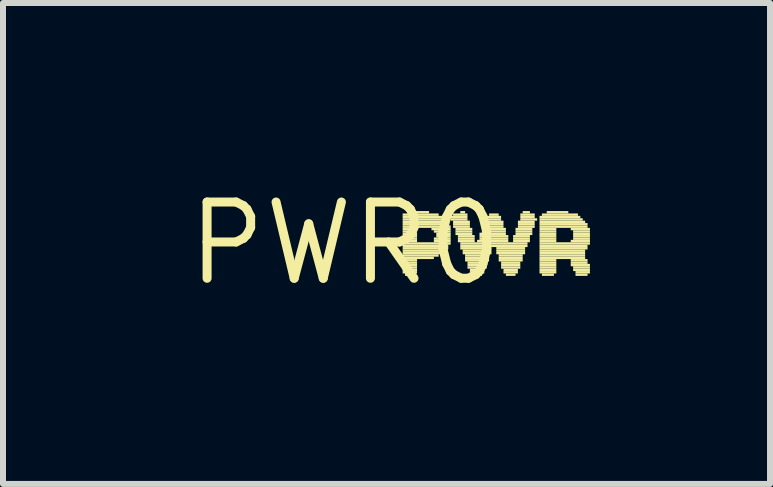
<source format=kicad_pcb>
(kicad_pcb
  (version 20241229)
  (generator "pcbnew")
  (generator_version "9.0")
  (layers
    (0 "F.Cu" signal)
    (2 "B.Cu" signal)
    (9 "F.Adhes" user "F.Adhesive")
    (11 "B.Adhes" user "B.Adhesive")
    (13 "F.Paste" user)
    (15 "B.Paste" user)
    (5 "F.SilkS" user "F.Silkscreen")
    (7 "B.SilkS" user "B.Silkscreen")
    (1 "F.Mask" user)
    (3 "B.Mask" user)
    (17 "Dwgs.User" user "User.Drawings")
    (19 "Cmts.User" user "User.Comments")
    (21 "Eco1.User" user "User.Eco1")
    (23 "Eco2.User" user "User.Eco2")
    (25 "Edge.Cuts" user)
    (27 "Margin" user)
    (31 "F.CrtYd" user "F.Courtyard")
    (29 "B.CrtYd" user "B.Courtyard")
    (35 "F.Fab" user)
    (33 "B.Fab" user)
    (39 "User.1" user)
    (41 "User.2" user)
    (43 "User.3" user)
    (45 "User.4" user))
  (footprint "PWR0"
    (layer "F.Cu")
    (at 2.698 1.006)
    (property "Reference" "PWR0" (at 0 0 0) (layer "F.SilkS") (effects (font (size 1.27 1.27) (thickness 0.15))))
    (attr through_hole)
    (fp_poly (pts (xy 0.96 -0.46) (xy 1.56 -0.46) (xy 1.56 -0.5) (xy 0.96 -0.5)) (stroke (width 0) (type solid)) (fill yes) (layer "F.SilkS"))
    (fp_poly (pts (xy 0.96 -0.42) (xy 1.64 -0.42) (xy 1.64 -0.46) (xy 0.96 -0.46)) (stroke (width 0) (type solid)) (fill yes) (layer "F.SilkS"))
    (fp_poly (pts (xy 0.96 -0.38) (xy 1.68 -0.38) (xy 1.68 -0.42) (xy 0.96 -0.42)) (stroke (width 0) (type solid)) (fill yes) (layer "F.SilkS"))
    (fp_poly (pts (xy 0.96 -0.34) (xy 1.72 -0.34) (xy 1.72 -0.38) (xy 0.96 -0.38)) (stroke (width 0) (type solid)) (fill yes) (layer "F.SilkS"))
    (fp_poly (pts (xy 0.96 -0.3) (xy 1.72 -0.3) (xy 1.72 -0.34) (xy 0.96 -0.34)) (stroke (width 0) (type solid)) (fill yes) (layer "F.SilkS"))
    (fp_poly (pts (xy 0.96 -0.26) (xy 1.76 -0.26) (xy 1.76 -0.3) (xy 0.96 -0.3)) (stroke (width 0) (type solid)) (fill yes) (layer "F.SilkS"))
    (fp_poly (pts (xy 0.96 -0.22) (xy 1.2 -0.22) (xy 1.2 -0.26) (xy 0.96 -0.26)) (stroke (width 0) (type solid)) (fill yes) (layer "F.SilkS"))
    (fp_poly (pts (xy 0.96 -0.18) (xy 1.2 -0.18) (xy 1.2 -0.22) (xy 0.96 -0.22)) (stroke (width 0) (type solid)) (fill yes) (layer "F.SilkS"))
    (fp_poly (pts (xy 0.96 -0.14) (xy 1.2 -0.14) (xy 1.2 -0.18) (xy 0.96 -0.18)) (stroke (width 0) (type solid)) (fill yes) (layer "F.SilkS"))
    (fp_poly (pts (xy 0.96 -0.1) (xy 1.2 -0.1) (xy 1.2 -0.14) (xy 0.96 -0.14)) (stroke (width 0) (type solid)) (fill yes) (layer "F.SilkS"))
    (fp_poly (pts (xy 0.96 -0.06) (xy 1.2 -0.06) (xy 1.2 -0.1) (xy 0.96 -0.1)) (stroke (width 0) (type solid)) (fill yes) (layer "F.SilkS"))
    (fp_poly (pts (xy 0.96 -0.02) (xy 1.2 -0.02) (xy 1.2 -0.06) (xy 0.96 -0.06)) (stroke (width 0) (type solid)) (fill yes) (layer "F.SilkS"))
    (fp_poly (pts (xy 0.96 0.02) (xy 1.76 0.02) (xy 1.76 -0.02) (xy 0.96 -0.02)) (stroke (width 0) (type solid)) (fill yes) (layer "F.SilkS"))
    (fp_poly (pts (xy 0.96 0.06) (xy 1.72 0.06) (xy 1.72 0.02) (xy 0.96 0.02)) (stroke (width 0) (type solid)) (fill yes) (layer "F.SilkS"))
    (fp_poly (pts (xy 0.96 0.1) (xy 1.72 0.1) (xy 1.72 0.06) (xy 0.96 0.06)) (stroke (width 0) (type solid)) (fill yes) (layer "F.SilkS"))
    (fp_poly (pts (xy 0.96 0.14) (xy 1.68 0.14) (xy 1.68 0.1) (xy 0.96 0.1)) (stroke (width 0) (type solid)) (fill yes) (layer "F.SilkS"))
    (fp_poly (pts (xy 0.96 0.18) (xy 1.64 0.18) (xy 1.64 0.14) (xy 0.96 0.14)) (stroke (width 0) (type solid)) (fill yes) (layer "F.SilkS"))
    (fp_poly (pts (xy 0.96 0.22) (xy 1.56 0.22) (xy 1.56 0.18) (xy 0.96 0.18)) (stroke (width 0) (type solid)) (fill yes) (layer "F.SilkS"))
    (fp_poly (pts (xy 0.96 0.26) (xy 1.48 0.26) (xy 1.48 0.22) (xy 0.96 0.22)) (stroke (width 0) (type solid)) (fill yes) (layer "F.SilkS"))
    (fp_poly (pts (xy 0.96 0.3) (xy 1.2 0.3) (xy 1.2 0.26) (xy 0.96 0.26)) (stroke (width 0) (type solid)) (fill yes) (layer "F.SilkS"))
    (fp_poly (pts (xy 0.96 0.34) (xy 1.2 0.34) (xy 1.2 0.3) (xy 0.96 0.3)) (stroke (width 0) (type solid)) (fill yes) (layer "F.SilkS"))
    (fp_poly (pts (xy 0.96 0.38) (xy 1.2 0.38) (xy 1.2 0.34) (xy 0.96 0.34)) (stroke (width 0) (type solid)) (fill yes) (layer "F.SilkS"))
    (fp_poly (pts (xy 0.96 0.42) (xy 1.2 0.42) (xy 1.2 0.38) (xy 0.96 0.38)) (stroke (width 0) (type solid)) (fill yes) (layer "F.SilkS"))
    (fp_poly (pts (xy 0.96 0.46) (xy 1.2 0.46) (xy 1.2 0.42) (xy 0.96 0.42)) (stroke (width 0) (type solid)) (fill yes) (layer "F.SilkS"))
    (fp_poly (pts (xy 0.96 0.5) (xy 1.2 0.5) (xy 1.2 0.46) (xy 0.96 0.46)) (stroke (width 0) (type solid)) (fill yes) (layer "F.SilkS"))
    (fp_poly (pts (xy 1 0.54) (xy 1.16 0.54) (xy 1.16 0.5) (xy 1 0.5)) (stroke (width 0) (type solid)) (fill yes) (layer "F.SilkS"))
    (fp_poly (pts (xy 1.04 -0.5) (xy 1.4 -0.5) (xy 1.4 -0.54) (xy 1.04 -0.54)) (stroke (width 0) (type solid)) (fill yes) (layer "F.SilkS"))
    (fp_poly (pts (xy 1.44 -0.22) (xy 1.76 -0.22) (xy 1.76 -0.26) (xy 1.44 -0.26)) (stroke (width 0) (type solid)) (fill yes) (layer "F.SilkS"))
    (fp_poly (pts (xy 1.48 -0.18) (xy 1.76 -0.18) (xy 1.76 -0.22) (xy 1.48 -0.22)) (stroke (width 0) (type solid)) (fill yes) (layer "F.SilkS"))
    (fp_poly (pts (xy 1.48 -0.06) (xy 1.76 -0.06) (xy 1.76 -0.1) (xy 1.48 -0.1)) (stroke (width 0) (type solid)) (fill yes) (layer "F.SilkS"))
    (fp_poly (pts (xy 1.48 -0.02) (xy 1.76 -0.02) (xy 1.76 -0.06) (xy 1.48 -0.06)) (stroke (width 0) (type solid)) (fill yes) (layer "F.SilkS"))
    (fp_poly (pts (xy 1.52 -0.14) (xy 1.76 -0.14) (xy 1.76 -0.18) (xy 1.52 -0.18)) (stroke (width 0) (type solid)) (fill yes) (layer "F.SilkS"))
    (fp_poly (pts (xy 1.52 -0.1) (xy 1.76 -0.1) (xy 1.76 -0.14) (xy 1.52 -0.14)) (stroke (width 0) (type solid)) (fill yes) (layer "F.SilkS"))
    (fp_poly (pts (xy 1.76 -0.42) (xy 2.04 -0.42) (xy 2.04 -0.46) (xy 1.76 -0.46)) (stroke (width 0) (type solid)) (fill yes) (layer "F.SilkS"))
    (fp_poly (pts (xy 1.76 -0.38) (xy 2.04 -0.38) (xy 2.04 -0.42) (xy 1.76 -0.42)) (stroke (width 0) (type solid)) (fill yes) (layer "F.SilkS"))
    (fp_poly (pts (xy 1.8 -0.46) (xy 2.04 -0.46) (xy 2.04 -0.5) (xy 1.8 -0.5)) (stroke (width 0) (type solid)) (fill yes) (layer "F.SilkS"))
    (fp_poly (pts (xy 1.8 -0.34) (xy 2.08 -0.34) (xy 2.08 -0.38) (xy 1.8 -0.38)) (stroke (width 0) (type solid)) (fill yes) (layer "F.SilkS"))
    (fp_poly (pts (xy 1.8 -0.3) (xy 2.08 -0.3) (xy 2.08 -0.34) (xy 1.8 -0.34)) (stroke (width 0) (type solid)) (fill yes) (layer "F.SilkS"))
    (fp_poly (pts (xy 1.8 -0.26) (xy 2.08 -0.26) (xy 2.08 -0.3) (xy 1.8 -0.3)) (stroke (width 0) (type solid)) (fill yes) (layer "F.SilkS"))
    (fp_poly (pts (xy 1.84 -0.22) (xy 2.12 -0.22) (xy 2.12 -0.26) (xy 1.84 -0.26)) (stroke (width 0) (type solid)) (fill yes) (layer "F.SilkS"))
    (fp_poly (pts (xy 1.84 -0.18) (xy 2.12 -0.18) (xy 2.12 -0.22) (xy 1.84 -0.22)) (stroke (width 0) (type solid)) (fill yes) (layer "F.SilkS"))
    (fp_poly (pts (xy 1.84 -0.14) (xy 2.12 -0.14) (xy 2.12 -0.18) (xy 1.84 -0.18)) (stroke (width 0) (type solid)) (fill yes) (layer "F.SilkS"))
    (fp_poly (pts (xy 1.88 -0.1) (xy 2.16 -0.1) (xy 2.16 -0.14) (xy 1.88 -0.14)) (stroke (width 0) (type solid)) (fill yes) (layer "F.SilkS"))
    (fp_poly (pts (xy 1.88 -0.06) (xy 2.16 -0.06) (xy 2.16 -0.1) (xy 1.88 -0.1)) (stroke (width 0) (type solid)) (fill yes) (layer "F.SilkS"))
    (fp_poly (pts (xy 1.88 -0.02) (xy 2.16 -0.02) (xy 2.16 -0.06) (xy 1.88 -0.06)) (stroke (width 0) (type solid)) (fill yes) (layer "F.SilkS"))
    (fp_poly (pts (xy 1.92 -0.5) (xy 2 -0.5) (xy 2 -0.54) (xy 1.92 -0.54)) (stroke (width 0) (type solid)) (fill yes) (layer "F.SilkS"))
    (fp_poly (pts (xy 1.92 0.02) (xy 3.04 0.02) (xy 3.04 -0.02) (xy 1.92 -0.02)) (stroke (width 0) (type solid)) (fill yes) (layer "F.SilkS"))
    (fp_poly (pts (xy 1.92 0.06) (xy 3.04 0.06) (xy 3.04 0.02) (xy 1.92 0.02)) (stroke (width 0) (type solid)) (fill yes) (layer "F.SilkS"))
    (fp_poly (pts (xy 1.92 0.1) (xy 2.44 0.1) (xy 2.44 0.06) (xy 1.92 0.06)) (stroke (width 0) (type solid)) (fill yes) (layer "F.SilkS"))
    (fp_poly (pts (xy 1.96 0.14) (xy 2.44 0.14) (xy 2.44 0.1) (xy 1.96 0.1)) (stroke (width 0) (type solid)) (fill yes) (layer "F.SilkS"))
    (fp_poly (pts (xy 1.96 0.18) (xy 2.44 0.18) (xy 2.44 0.14) (xy 1.96 0.14)) (stroke (width 0) (type solid)) (fill yes) (layer "F.SilkS"))
    (fp_poly (pts (xy 2 0.22) (xy 2.4 0.22) (xy 2.4 0.18) (xy 2 0.18)) (stroke (width 0) (type solid)) (fill yes) (layer "F.SilkS"))
    (fp_poly (pts (xy 2 0.26) (xy 2.4 0.26) (xy 2.4 0.22) (xy 2 0.22)) (stroke (width 0) (type solid)) (fill yes) (layer "F.SilkS"))
    (fp_poly (pts (xy 2 0.3) (xy 2.4 0.3) (xy 2.4 0.26) (xy 2 0.26)) (stroke (width 0) (type solid)) (fill yes) (layer "F.SilkS"))
    (fp_poly (pts (xy 2.04 0.34) (xy 2.36 0.34) (xy 2.36 0.3) (xy 2.04 0.3)) (stroke (width 0) (type solid)) (fill yes) (layer "F.SilkS"))
    (fp_poly (pts (xy 2.04 0.38) (xy 2.36 0.38) (xy 2.36 0.34) (xy 2.04 0.34)) (stroke (width 0) (type solid)) (fill yes) (layer "F.SilkS"))
    (fp_poly (pts (xy 2.04 0.42) (xy 2.36 0.42) (xy 2.36 0.38) (xy 2.04 0.38)) (stroke (width 0) (type solid)) (fill yes) (layer "F.SilkS"))
    (fp_poly (pts (xy 2.08 0.46) (xy 2.32 0.46) (xy 2.32 0.42) (xy 2.08 0.42)) (stroke (width 0) (type solid)) (fill yes) (layer "F.SilkS"))
    (fp_poly (pts (xy 2.08 0.5) (xy 2.32 0.5) (xy 2.32 0.46) (xy 2.08 0.46)) (stroke (width 0) (type solid)) (fill yes) (layer "F.SilkS"))
    (fp_poly (pts (xy 2.12 0.54) (xy 2.28 0.54) (xy 2.28 0.5) (xy 2.12 0.5)) (stroke (width 0) (type solid)) (fill yes) (layer "F.SilkS"))
    (fp_poly (pts (xy 2.2 -0.02) (xy 2.72 -0.02) (xy 2.72 -0.06) (xy 2.2 -0.06)) (stroke (width 0) (type solid)) (fill yes) (layer "F.SilkS"))
    (fp_poly (pts (xy 2.24 -0.14) (xy 2.68 -0.14) (xy 2.68 -0.18) (xy 2.24 -0.18)) (stroke (width 0) (type solid)) (fill yes) (layer "F.SilkS"))
    (fp_poly (pts (xy 2.24 -0.1) (xy 2.72 -0.1) (xy 2.72 -0.14) (xy 2.24 -0.14)) (stroke (width 0) (type solid)) (fill yes) (layer "F.SilkS"))
    (fp_poly (pts (xy 2.24 -0.06) (xy 2.72 -0.06) (xy 2.72 -0.1) (xy 2.24 -0.1)) (stroke (width 0) (type solid)) (fill yes) (layer "F.SilkS"))
    (fp_poly (pts (xy 2.28 -0.26) (xy 2.64 -0.26) (xy 2.64 -0.3) (xy 2.28 -0.3)) (stroke (width 0) (type solid)) (fill yes) (layer "F.SilkS"))
    (fp_poly (pts (xy 2.28 -0.22) (xy 2.68 -0.22) (xy 2.68 -0.26) (xy 2.28 -0.26)) (stroke (width 0) (type solid)) (fill yes) (layer "F.SilkS"))
    (fp_poly (pts (xy 2.28 -0.18) (xy 2.68 -0.18) (xy 2.68 -0.22) (xy 2.28 -0.22)) (stroke (width 0) (type solid)) (fill yes) (layer "F.SilkS"))
    (fp_poly (pts (xy 2.32 -0.38) (xy 2.6 -0.38) (xy 2.6 -0.42) (xy 2.32 -0.42)) (stroke (width 0) (type solid)) (fill yes) (layer "F.SilkS"))
    (fp_poly (pts (xy 2.32 -0.34) (xy 2.64 -0.34) (xy 2.64 -0.38) (xy 2.32 -0.38)) (stroke (width 0) (type solid)) (fill yes) (layer "F.SilkS"))
    (fp_poly (pts (xy 2.32 -0.3) (xy 2.64 -0.3) (xy 2.64 -0.34) (xy 2.32 -0.34)) (stroke (width 0) (type solid)) (fill yes) (layer "F.SilkS"))
    (fp_poly (pts (xy 2.36 -0.42) (xy 2.6 -0.42) (xy 2.6 -0.46) (xy 2.36 -0.46)) (stroke (width 0) (type solid)) (fill yes) (layer "F.SilkS"))
    (fp_poly (pts (xy 2.4 -0.46) (xy 2.56 -0.46) (xy 2.56 -0.5) (xy 2.4 -0.5)) (stroke (width 0) (type solid)) (fill yes) (layer "F.SilkS"))
    (fp_poly (pts (xy 2.52 0.1) (xy 3 0.1) (xy 3 0.06) (xy 2.52 0.06)) (stroke (width 0) (type solid)) (fill yes) (layer "F.SilkS"))
    (fp_poly (pts (xy 2.52 0.14) (xy 3 0.14) (xy 3 0.1) (xy 2.52 0.1)) (stroke (width 0) (type solid)) (fill yes) (layer "F.SilkS"))
    (fp_poly (pts (xy 2.52 0.18) (xy 3 0.18) (xy 3 0.14) (xy 2.52 0.14)) (stroke (width 0) (type solid)) (fill yes) (layer "F.SilkS"))
    (fp_poly (pts (xy 2.56 0.22) (xy 2.96 0.22) (xy 2.96 0.18) (xy 2.56 0.18)) (stroke (width 0) (type solid)) (fill yes) (layer "F.SilkS"))
    (fp_poly (pts (xy 2.56 0.26) (xy 2.96 0.26) (xy 2.96 0.22) (xy 2.56 0.22)) (stroke (width 0) (type solid)) (fill yes) (layer "F.SilkS"))
    (fp_poly (pts (xy 2.56 0.3) (xy 2.96 0.3) (xy 2.96 0.26) (xy 2.56 0.26)) (stroke (width 0) (type solid)) (fill yes) (layer "F.SilkS"))
    (fp_poly (pts (xy 2.6 0.34) (xy 2.92 0.34) (xy 2.92 0.3) (xy 2.6 0.3)) (stroke (width 0) (type solid)) (fill yes) (layer "F.SilkS"))
    (fp_poly (pts (xy 2.6 0.38) (xy 2.92 0.38) (xy 2.92 0.34) (xy 2.6 0.34)) (stroke (width 0) (type solid)) (fill yes) (layer "F.SilkS"))
    (fp_poly (pts (xy 2.6 0.42) (xy 2.92 0.42) (xy 2.92 0.38) (xy 2.6 0.38)) (stroke (width 0) (type solid)) (fill yes) (layer "F.SilkS"))
    (fp_poly (pts (xy 2.64 0.46) (xy 2.88 0.46) (xy 2.88 0.42) (xy 2.64 0.42)) (stroke (width 0) (type solid)) (fill yes) (layer "F.SilkS"))
    (fp_poly (pts (xy 2.64 0.5) (xy 2.88 0.5) (xy 2.88 0.46) (xy 2.64 0.46)) (stroke (width 0) (type solid)) (fill yes) (layer "F.SilkS"))
    (fp_poly (pts (xy 2.68 0.54) (xy 2.84 0.54) (xy 2.84 0.5) (xy 2.68 0.5)) (stroke (width 0) (type solid)) (fill yes) (layer "F.SilkS"))
    (fp_poly (pts (xy 2.8 -0.1) (xy 3.08 -0.1) (xy 3.08 -0.14) (xy 2.8 -0.14)) (stroke (width 0) (type solid)) (fill yes) (layer "F.SilkS"))
    (fp_poly (pts (xy 2.8 -0.06) (xy 3.08 -0.06) (xy 3.08 -0.1) (xy 2.8 -0.1)) (stroke (width 0) (type solid)) (fill yes) (layer "F.SilkS"))
    (fp_poly (pts (xy 2.8 -0.02) (xy 3.08 -0.02) (xy 3.08 -0.06) (xy 2.8 -0.06)) (stroke (width 0) (type solid)) (fill yes) (layer "F.SilkS"))
    (fp_poly (pts (xy 2.84 -0.22) (xy 3.12 -0.22) (xy 3.12 -0.26) (xy 2.84 -0.26)) (stroke (width 0) (type solid)) (fill yes) (layer "F.SilkS"))
    (fp_poly (pts (xy 2.84 -0.18) (xy 3.12 -0.18) (xy 3.12 -0.22) (xy 2.84 -0.22)) (stroke (width 0) (type solid)) (fill yes) (layer "F.SilkS"))
    (fp_poly (pts (xy 2.84 -0.14) (xy 3.12 -0.14) (xy 3.12 -0.18) (xy 2.84 -0.18)) (stroke (width 0) (type solid)) (fill yes) (layer "F.SilkS"))
    (fp_poly (pts (xy 2.88 -0.34) (xy 3.16 -0.34) (xy 3.16 -0.38) (xy 2.88 -0.38)) (stroke (width 0) (type solid)) (fill yes) (layer "F.SilkS"))
    (fp_poly (pts (xy 2.88 -0.3) (xy 3.16 -0.3) (xy 3.16 -0.34) (xy 2.88 -0.34)) (stroke (width 0) (type solid)) (fill yes) (layer "F.SilkS"))
    (fp_poly (pts (xy 2.88 -0.26) (xy 3.16 -0.26) (xy 3.16 -0.3) (xy 2.88 -0.3)) (stroke (width 0) (type solid)) (fill yes) (layer "F.SilkS"))
    (fp_poly (pts (xy 2.92 -0.46) (xy 3.16 -0.46) (xy 3.16 -0.5) (xy 2.92 -0.5)) (stroke (width 0) (type solid)) (fill yes) (layer "F.SilkS"))
    (fp_poly (pts (xy 2.92 -0.42) (xy 3.16 -0.42) (xy 3.16 -0.46) (xy 2.92 -0.46)) (stroke (width 0) (type solid)) (fill yes) (layer "F.SilkS"))
    (fp_poly (pts (xy 2.92 -0.38) (xy 3.2 -0.38) (xy 3.2 -0.42) (xy 2.92 -0.42)) (stroke (width 0) (type solid)) (fill yes) (layer "F.SilkS"))
    (fp_poly (pts (xy 2.96 -0.5) (xy 3.08 -0.5) (xy 3.08 -0.54) (xy 2.96 -0.54)) (stroke (width 0) (type solid)) (fill yes) (layer "F.SilkS"))
    (fp_poly (pts (xy 3.24 -0.42) (xy 3.92 -0.42) (xy 3.92 -0.46) (xy 3.24 -0.46)) (stroke (width 0) (type solid)) (fill yes) (layer "F.SilkS"))
    (fp_poly (pts (xy 3.24 -0.38) (xy 3.96 -0.38) (xy 3.96 -0.42) (xy 3.24 -0.42)) (stroke (width 0) (type solid)) (fill yes) (layer "F.SilkS"))
    (fp_poly (pts (xy 3.24 -0.34) (xy 4 -0.34) (xy 4 -0.38) (xy 3.24 -0.38)) (stroke (width 0) (type solid)) (fill yes) (layer "F.SilkS"))
    (fp_poly (pts (xy 3.24 -0.3) (xy 4.04 -0.3) (xy 4.04 -0.34) (xy 3.24 -0.34)) (stroke (width 0) (type solid)) (fill yes) (layer "F.SilkS"))
    (fp_poly (pts (xy 3.24 -0.26) (xy 4.04 -0.26) (xy 4.04 -0.3) (xy 3.24 -0.3)) (stroke (width 0) (type solid)) (fill yes) (layer "F.SilkS"))
    (fp_poly (pts (xy 3.24 -0.22) (xy 3.52 -0.22) (xy 3.52 -0.26) (xy 3.24 -0.26)) (stroke (width 0) (type solid)) (fill yes) (layer "F.SilkS"))
    (fp_poly (pts (xy 3.24 -0.18) (xy 3.52 -0.18) (xy 3.52 -0.22) (xy 3.24 -0.22)) (stroke (width 0) (type solid)) (fill yes) (layer "F.SilkS"))
    (fp_poly (pts (xy 3.24 -0.14) (xy 3.52 -0.14) (xy 3.52 -0.18) (xy 3.24 -0.18)) (stroke (width 0) (type solid)) (fill yes) (layer "F.SilkS"))
    (fp_poly (pts (xy 3.24 -0.1) (xy 3.52 -0.1) (xy 3.52 -0.14) (xy 3.24 -0.14)) (stroke (width 0) (type solid)) (fill yes) (layer "F.SilkS"))
    (fp_poly (pts (xy 3.24 -0.06) (xy 3.52 -0.06) (xy 3.52 -0.1) (xy 3.24 -0.1)) (stroke (width 0) (type solid)) (fill yes) (layer "F.SilkS"))
    (fp_poly (pts (xy 3.24 -0.02) (xy 3.52 -0.02) (xy 3.52 -0.06) (xy 3.24 -0.06)) (stroke (width 0) (type solid)) (fill yes) (layer "F.SilkS"))
    (fp_poly (pts (xy 3.24 0.02) (xy 4.08 0.02) (xy 4.08 -0.02) (xy 3.24 -0.02)) (stroke (width 0) (type solid)) (fill yes) (layer "F.SilkS"))
    (fp_poly (pts (xy 3.24 0.06) (xy 4.04 0.06) (xy 4.04 0.02) (xy 3.24 0.02)) (stroke (width 0) (type solid)) (fill yes) (layer "F.SilkS"))
    (fp_poly (pts (xy 3.24 0.1) (xy 4.04 0.1) (xy 4.04 0.06) (xy 3.24 0.06)) (stroke (width 0) (type solid)) (fill yes) (layer "F.SilkS"))
    (fp_poly (pts (xy 3.24 0.14) (xy 4 0.14) (xy 4 0.1) (xy 3.24 0.1)) (stroke (width 0) (type solid)) (fill yes) (layer "F.SilkS"))
    (fp_poly (pts (xy 3.24 0.18) (xy 4 0.18) (xy 4 0.14) (xy 3.24 0.14)) (stroke (width 0) (type solid)) (fill yes) (layer "F.SilkS"))
    (fp_poly (pts (xy 3.24 0.22) (xy 4 0.22) (xy 4 0.18) (xy 3.24 0.18)) (stroke (width 0) (type solid)) (fill yes) (layer "F.SilkS"))
    (fp_poly (pts (xy 3.24 0.26) (xy 4 0.26) (xy 4 0.22) (xy 3.24 0.22)) (stroke (width 0) (type solid)) (fill yes) (layer "F.SilkS"))
    (fp_poly (pts (xy 3.24 0.3) (xy 3.52 0.3) (xy 3.52 0.26) (xy 3.24 0.26)) (stroke (width 0) (type solid)) (fill yes) (layer "F.SilkS"))
    (fp_poly (pts (xy 3.24 0.34) (xy 3.52 0.34) (xy 3.52 0.3) (xy 3.24 0.3)) (stroke (width 0) (type solid)) (fill yes) (layer "F.SilkS"))
    (fp_poly (pts (xy 3.24 0.38) (xy 3.52 0.38) (xy 3.52 0.34) (xy 3.24 0.34)) (stroke (width 0) (type solid)) (fill yes) (layer "F.SilkS"))
    (fp_poly (pts (xy 3.24 0.42) (xy 3.52 0.42) (xy 3.52 0.38) (xy 3.24 0.38)) (stroke (width 0) (type solid)) (fill yes) (layer "F.SilkS"))
    (fp_poly (pts (xy 3.24 0.46) (xy 3.52 0.46) (xy 3.52 0.42) (xy 3.24 0.42)) (stroke (width 0) (type solid)) (fill yes) (layer "F.SilkS"))
    (fp_poly (pts (xy 3.24 0.5) (xy 3.52 0.5) (xy 3.52 0.46) (xy 3.24 0.46)) (stroke (width 0) (type solid)) (fill yes) (layer "F.SilkS"))
    (fp_poly (pts (xy 3.28 -0.46) (xy 3.88 -0.46) (xy 3.88 -0.5) (xy 3.28 -0.5)) (stroke (width 0) (type solid)) (fill yes) (layer "F.SilkS"))
    (fp_poly (pts (xy 3.28 0.54) (xy 3.48 0.54) (xy 3.48 0.5) (xy 3.28 0.5)) (stroke (width 0) (type solid)) (fill yes) (layer "F.SilkS"))
    (fp_poly (pts (xy 3.36 -0.5) (xy 3.72 -0.5) (xy 3.72 -0.54) (xy 3.36 -0.54)) (stroke (width 0) (type solid)) (fill yes) (layer "F.SilkS"))
    (fp_poly (pts (xy 3.76 -0.22) (xy 4.08 -0.22) (xy 4.08 -0.26) (xy 3.76 -0.26)) (stroke (width 0) (type solid)) (fill yes) (layer "F.SilkS"))
    (fp_poly (pts (xy 3.76 -0.02) (xy 4.08 -0.02) (xy 4.08 -0.06) (xy 3.76 -0.06)) (stroke (width 0) (type solid)) (fill yes) (layer "F.SilkS"))
    (fp_poly (pts (xy 3.76 0.3) (xy 4.04 0.3) (xy 4.04 0.26) (xy 3.76 0.26)) (stroke (width 0) (type solid)) (fill yes) (layer "F.SilkS"))
    (fp_poly (pts (xy 3.76 0.34) (xy 4.04 0.34) (xy 4.04 0.3) (xy 3.76 0.3)) (stroke (width 0) (type solid)) (fill yes) (layer "F.SilkS"))
    (fp_poly (pts (xy 3.76 0.38) (xy 4.08 0.38) (xy 4.08 0.34) (xy 3.76 0.34)) (stroke (width 0) (type solid)) (fill yes) (layer "F.SilkS"))
    (fp_poly (pts (xy 3.8 -0.18) (xy 4.08 -0.18) (xy 4.08 -0.22) (xy 3.8 -0.22)) (stroke (width 0) (type solid)) (fill yes) (layer "F.SilkS"))
    (fp_poly (pts (xy 3.8 -0.14) (xy 4.08 -0.14) (xy 4.08 -0.18) (xy 3.8 -0.18)) (stroke (width 0) (type solid)) (fill yes) (layer "F.SilkS"))
    (fp_poly (pts (xy 3.8 -0.1) (xy 4.08 -0.1) (xy 4.08 -0.14) (xy 3.8 -0.14)) (stroke (width 0) (type solid)) (fill yes) (layer "F.SilkS"))
    (fp_poly (pts (xy 3.8 -0.06) (xy 4.08 -0.06) (xy 4.08 -0.1) (xy 3.8 -0.1)) (stroke (width 0) (type solid)) (fill yes) (layer "F.SilkS"))
    (fp_poly (pts (xy 3.8 0.42) (xy 4.08 0.42) (xy 4.08 0.38) (xy 3.8 0.38)) (stroke (width 0) (type solid)) (fill yes) (layer "F.SilkS"))
    (fp_poly (pts (xy 3.8 0.46) (xy 4.08 0.46) (xy 4.08 0.42) (xy 3.8 0.42)) (stroke (width 0) (type solid)) (fill yes) (layer "F.SilkS"))
    (fp_poly (pts (xy 3.84 0.5) (xy 4.08 0.5) (xy 4.08 0.46) (xy 3.84 0.46)) (stroke (width 0) (type solid)) (fill yes) (layer "F.SilkS"))
    (fp_poly (pts (xy 3.84 0.54) (xy 4.04 0.54) (xy 4.04 0.5) (xy 3.84 0.5)) (stroke (width 0) (type solid)) (fill yes) (layer "F.SilkS")))
  (gr_rect
    (start -3 -3)
    (end 9.778 5.012)
    (stroke (width 0.1) (type default))
    (fill no)
    (layer "Edge.Cuts")))
</source>
